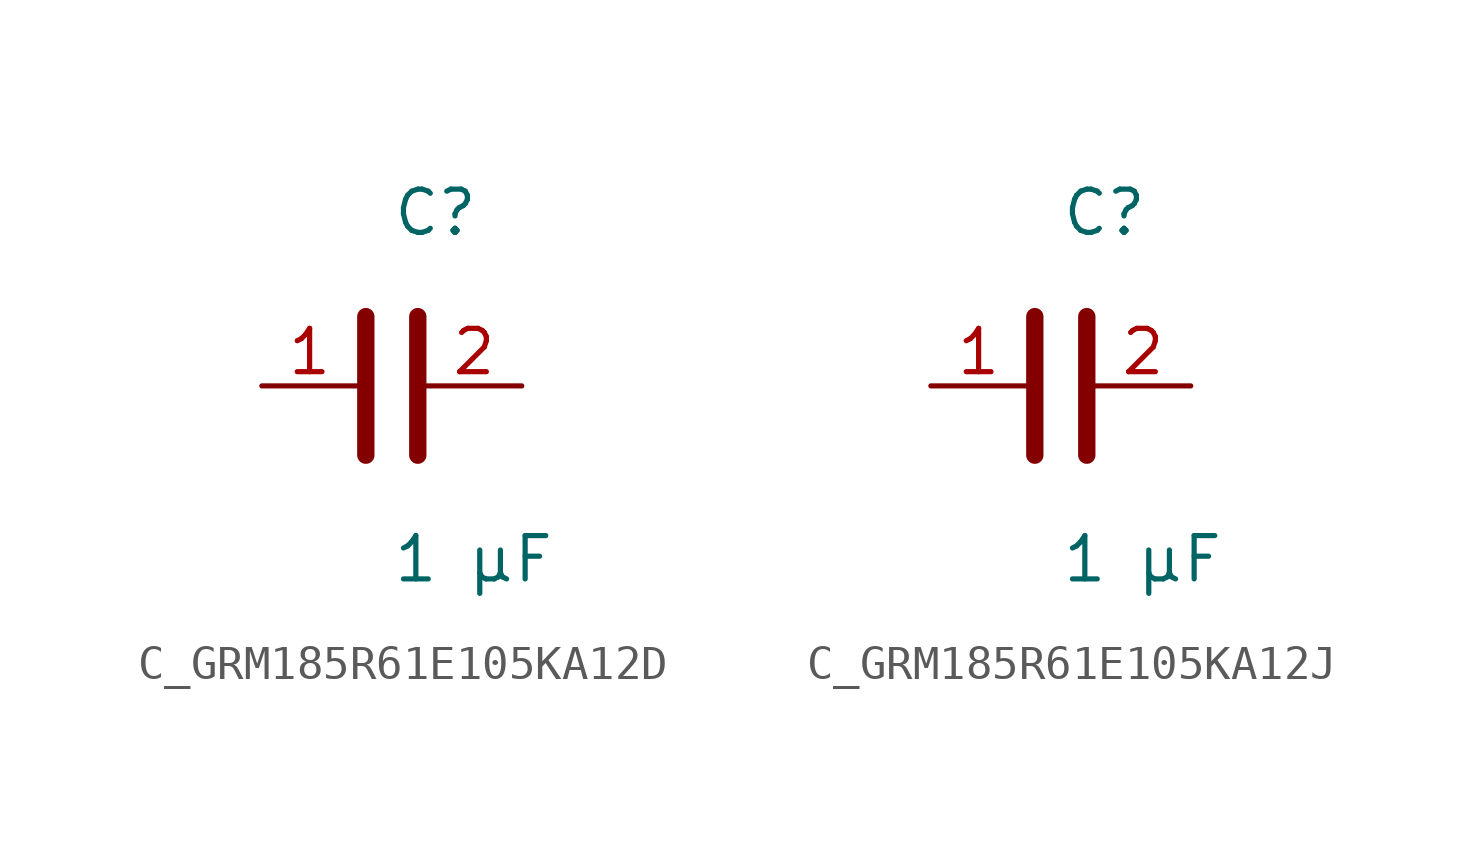
<source format=kicad_sym>
(kicad_symbol_lib
  (version 20231120)
  (generator kicad_symbol_editor)
  (generator_version 8.0)
  (symbol "C_GRM185R61E105KA12D"
    (pin_names
      (offset 0.254))
    (property "Reference" "C"
      (at 0 5.08 0)
      (effects (font (size 1.27 1.27)) (justify left)))
    (property "Value" "1 µF"
      (at 0 -5.08 0)
      (effects (font (size 1.27 1.27)) (justify left)))
    (symbol "C_GRM185R61E105KA12D_0_1"
      (polyline (pts (xy -0.762 -2.032) (xy -0.762 2.032)) (stroke (width 0.508) (type default)) (fill (type none)))
      (polyline (pts (xy 0.762 -2.032) (xy 0.762 2.032)) (stroke (width 0.508) (type default)) (fill (type none))))
    (pin passive line
      (at -3.81 0 0)
      (length 2.8)
      (name "" (effects (font (size 1.27 1.27))))
      (number "1" (effects (font (size 1.27 1.27)))))
    (pin passive line
      (at 3.81 0 180)
      (length 2.8)
      (name "" (effects (font (size 1.27 1.27))))
      (number "2" (effects (font (size 1.27 1.27))))))
  (symbol "C_GRM185R61E105KA12J"
    (pin_names
      (offset 0.254))
    (property "Reference" "C"
      (at 0 5.08 0)
      (effects (font (size 1.27 1.27)) (justify left)))
    (property "Value" "1 µF"
      (at 0 -5.08 0)
      (effects (font (size 1.27 1.27)) (justify left)))
    (symbol "C_GRM185R61E105KA12J_0_1"
      (polyline (pts (xy -0.762 -2.032) (xy -0.762 2.032)) (stroke (width 0.508) (type default)) (fill (type none)))
      (polyline (pts (xy 0.762 -2.032) (xy 0.762 2.032)) (stroke (width 0.508) (type default)) (fill (type none))))
    (pin passive line
      (at -3.81 0 0)
      (length 2.8)
      (name "" (effects (font (size 1.27 1.27))))
      (number "1" (effects (font (size 1.27 1.27)))))
    (pin passive line
      (at 3.81 0 180)
      (length 2.8)
      (name "" (effects (font (size 1.27 1.27))))
      (number "2" (effects (font (size 1.27 1.27)))))))
</source>
